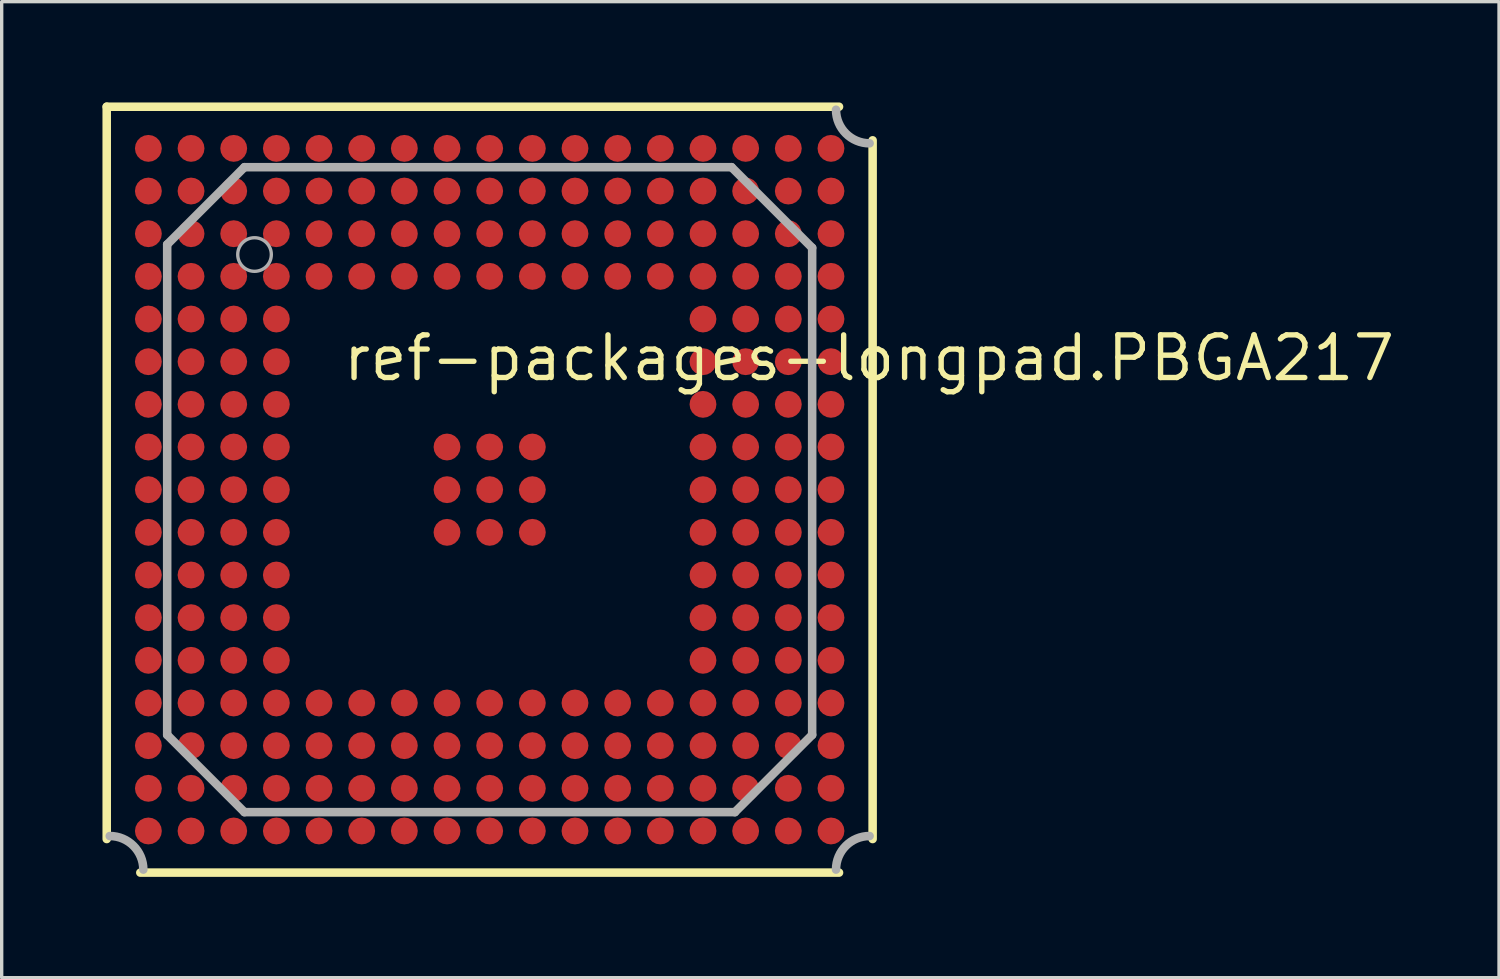
<source format=kicad_pcb>
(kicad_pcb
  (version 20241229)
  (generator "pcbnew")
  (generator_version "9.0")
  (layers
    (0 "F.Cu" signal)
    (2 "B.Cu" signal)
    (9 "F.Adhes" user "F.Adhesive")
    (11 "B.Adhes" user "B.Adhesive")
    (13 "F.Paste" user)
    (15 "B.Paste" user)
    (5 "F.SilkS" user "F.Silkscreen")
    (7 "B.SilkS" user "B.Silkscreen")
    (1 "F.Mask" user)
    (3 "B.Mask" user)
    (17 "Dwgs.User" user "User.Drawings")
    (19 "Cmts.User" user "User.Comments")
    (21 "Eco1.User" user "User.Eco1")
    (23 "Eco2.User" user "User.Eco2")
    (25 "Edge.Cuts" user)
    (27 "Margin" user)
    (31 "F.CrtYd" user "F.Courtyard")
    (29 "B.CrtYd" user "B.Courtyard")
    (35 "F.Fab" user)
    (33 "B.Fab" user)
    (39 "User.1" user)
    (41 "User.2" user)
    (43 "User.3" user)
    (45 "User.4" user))
  (footprint "ref-packages-longpad.PBGA217"
    (layer "F.Cu")
    (at 11.527 11.527)
    (property "Reference" "ref-packages-longpad.PBGA217" (at -4.445 -3.175 0) (layer "F.SilkS") (effects (font (size 1.27 1.27) (thickness 0.16)) (justify left bottom)))
    (attr smd)
    (fp_line (start -11.4 -11.4) (end 10.4 -11.4) (stroke (width 0.254) (type default)) (layer "F.SilkS"))
    (fp_line (start -11.4 10.4) (end -11.4 -11.4) (stroke (width 0.254) (type default)) (layer "F.SilkS"))
    (fp_line (start 10.4 11.4) (end -10.4 11.4) (stroke (width 0.254) (type default)) (layer "F.SilkS"))
    (fp_line (start 11.4 -10.4) (end 11.4 10.4) (stroke (width 0.254) (type default)) (layer "F.SilkS"))
    (fp_line (start -9.6 -7.3) (end -7.3 -9.6) (stroke (width 0.254) (type default)) (layer "F.Fab"))
    (fp_line (start -9.6 7.3) (end -9.6 -7.3) (stroke (width 0.254) (type default)) (layer "F.Fab"))
    (fp_line (start -7.3 -9.6) (end 7.2 -9.6) (stroke (width 0.254) (type default)) (layer "F.Fab"))
    (fp_line (start -7.3 9.6) (end -9.6 7.3) (stroke (width 0.254) (type default)) (layer "F.Fab"))
    (fp_line (start 7.2 -9.6) (end 9.6 -7.2) (stroke (width 0.254) (type default)) (layer "F.Fab"))
    (fp_line (start 7.3 9.6) (end -7.3 9.6) (stroke (width 0.254) (type default)) (layer "F.Fab"))
    (fp_line (start 9.6 -7.2) (end 9.6 7.3) (stroke (width 0.254) (type default)) (layer "F.Fab"))
    (fp_line (start 9.6 7.3) (end 7.3 9.6) (stroke (width 0.254) (type default)) (layer "F.Fab"))
    (fp_arc (start -11.3102 10.3102) (mid -10.603123 10.603123) (end -10.3102 11.3102) (stroke (width 0.254) (type default)) (layer "F.Fab"))
    (fp_arc (start 10.3102 11.3102) (mid 10.603123 10.603123) (end 11.3102 10.3102) (stroke (width 0.254) (type default)) (layer "F.Fab"))
    (fp_arc (start 11.3102 -10.3102) (mid 10.603123 -10.603123) (end 10.3102 -11.3102) (stroke (width 0.254) (type default)) (layer "F.Fab"))
    (fp_circle (center -7 -7) (end -6.5 -7) (stroke (width 0.1) (type default)) (fill no) (layer "F.Fab"))
    (pad "A1" smd roundrect (at -10.16 -10.16) (size 0.8 0.8) (layers "F.Cu" "F.Mask" "F.Paste") (roundrect_rratio 0.5))
    (pad "A2" smd roundrect (at -8.89 -10.16) (size 0.8 0.8) (layers "F.Cu" "F.Mask" "F.Paste") (roundrect_rratio 0.5))
    (pad "A3" smd roundrect (at -7.62 -10.16) (size 0.8 0.8) (layers "F.Cu" "F.Mask" "F.Paste") (roundrect_rratio 0.5))
    (pad "A4" smd roundrect (at -6.35 -10.16) (size 0.8 0.8) (layers "F.Cu" "F.Mask" "F.Paste") (roundrect_rratio 0.5))
    (pad "A5" smd roundrect (at -5.08 -10.16) (size 0.8 0.8) (layers "F.Cu" "F.Mask" "F.Paste") (roundrect_rratio 0.5))
    (pad "A6" smd roundrect (at -3.81 -10.16) (size 0.8 0.8) (layers "F.Cu" "F.Mask" "F.Paste") (roundrect_rratio 0.5))
    (pad "A7" smd roundrect (at -2.54 -10.16) (size 0.8 0.8) (layers "F.Cu" "F.Mask" "F.Paste") (roundrect_rratio 0.5))
    (pad "A8" smd roundrect (at -1.27 -10.16) (size 0.8 0.8) (layers "F.Cu" "F.Mask" "F.Paste") (roundrect_rratio 0.5))
    (pad "A9" smd roundrect (at 0 -10.16) (size 0.8 0.8) (layers "F.Cu" "F.Mask" "F.Paste") (roundrect_rratio 0.5))
    (pad "A10" smd roundrect (at 1.27 -10.16) (size 0.8 0.8) (layers "F.Cu" "F.Mask" "F.Paste") (roundrect_rratio 0.5))
    (pad "A11" smd roundrect (at 2.54 -10.16) (size 0.8 0.8) (layers "F.Cu" "F.Mask" "F.Paste") (roundrect_rratio 0.5))
    (pad "A12" smd roundrect (at 3.81 -10.16) (size 0.8 0.8) (layers "F.Cu" "F.Mask" "F.Paste") (roundrect_rratio 0.5))
    (pad "A13" smd roundrect (at 5.08 -10.16) (size 0.8 0.8) (layers "F.Cu" "F.Mask" "F.Paste") (roundrect_rratio 0.5))
    (pad "A14" smd roundrect (at 6.35 -10.16) (size 0.8 0.8) (layers "F.Cu" "F.Mask" "F.Paste") (roundrect_rratio 0.5))
    (pad "A15" smd roundrect (at 7.62 -10.16) (size 0.8 0.8) (layers "F.Cu" "F.Mask" "F.Paste") (roundrect_rratio 0.5))
    (pad "A16" smd roundrect (at 8.89 -10.16) (size 0.8 0.8) (layers "F.Cu" "F.Mask" "F.Paste") (roundrect_rratio 0.5))
    (pad "A17" smd roundrect (at 10.16 -10.16) (size 0.8 0.8) (layers "F.Cu" "F.Mask" "F.Paste") (roundrect_rratio 0.5))
    (pad "B1" smd roundrect (at -10.16 -8.89) (size 0.8 0.8) (layers "F.Cu" "F.Mask" "F.Paste") (roundrect_rratio 0.5))
    (pad "B2" smd roundrect (at -8.89 -8.89) (size 0.8 0.8) (layers "F.Cu" "F.Mask" "F.Paste") (roundrect_rratio 0.5))
    (pad "B3" smd roundrect (at -7.62 -8.89) (size 0.8 0.8) (layers "F.Cu" "F.Mask" "F.Paste") (roundrect_rratio 0.5))
    (pad "B4" smd roundrect (at -6.35 -8.89) (size 0.8 0.8) (layers "F.Cu" "F.Mask" "F.Paste") (roundrect_rratio 0.5))
    (pad "B5" smd roundrect (at -5.08 -8.89) (size 0.8 0.8) (layers "F.Cu" "F.Mask" "F.Paste") (roundrect_rratio 0.5))
    (pad "B6" smd roundrect (at -3.81 -8.89) (size 0.8 0.8) (layers "F.Cu" "F.Mask" "F.Paste") (roundrect_rratio 0.5))
    (pad "B7" smd roundrect (at -2.54 -8.89) (size 0.8 0.8) (layers "F.Cu" "F.Mask" "F.Paste") (roundrect_rratio 0.5))
    (pad "B8" smd roundrect (at -1.27 -8.89) (size 0.8 0.8) (layers "F.Cu" "F.Mask" "F.Paste") (roundrect_rratio 0.5))
    (pad "B9" smd roundrect (at 0 -8.89) (size 0.8 0.8) (layers "F.Cu" "F.Mask" "F.Paste") (roundrect_rratio 0.5))
    (pad "B10" smd roundrect (at 1.27 -8.89) (size 0.8 0.8) (layers "F.Cu" "F.Mask" "F.Paste") (roundrect_rratio 0.5))
    (pad "B11" smd roundrect (at 2.54 -8.89) (size 0.8 0.8) (layers "F.Cu" "F.Mask" "F.Paste") (roundrect_rratio 0.5))
    (pad "B12" smd roundrect (at 3.81 -8.89) (size 0.8 0.8) (layers "F.Cu" "F.Mask" "F.Paste") (roundrect_rratio 0.5))
    (pad "B13" smd roundrect (at 5.08 -8.89) (size 0.8 0.8) (layers "F.Cu" "F.Mask" "F.Paste") (roundrect_rratio 0.5))
    (pad "B14" smd roundrect (at 6.35 -8.89) (size 0.8 0.8) (layers "F.Cu" "F.Mask" "F.Paste") (roundrect_rratio 0.5))
    (pad "B15" smd roundrect (at 7.62 -8.89) (size 0.8 0.8) (layers "F.Cu" "F.Mask" "F.Paste") (roundrect_rratio 0.5))
    (pad "B16" smd roundrect (at 8.89 -8.89) (size 0.8 0.8) (layers "F.Cu" "F.Mask" "F.Paste") (roundrect_rratio 0.5))
    (pad "B17" smd roundrect (at 10.16 -8.89) (size 0.8 0.8) (layers "F.Cu" "F.Mask" "F.Paste") (roundrect_rratio 0.5))
    (pad "C1" smd roundrect (at -10.16 -7.62) (size 0.8 0.8) (layers "F.Cu" "F.Mask" "F.Paste") (roundrect_rratio 0.5))
    (pad "C2" smd roundrect (at -8.89 -7.62) (size 0.8 0.8) (layers "F.Cu" "F.Mask" "F.Paste") (roundrect_rratio 0.5))
    (pad "C3" smd roundrect (at -7.62 -7.62) (size 0.8 0.8) (layers "F.Cu" "F.Mask" "F.Paste") (roundrect_rratio 0.5))
    (pad "C4" smd roundrect (at -6.35 -7.62) (size 0.8 0.8) (layers "F.Cu" "F.Mask" "F.Paste") (roundrect_rratio 0.5))
    (pad "C5" smd roundrect (at -5.08 -7.62) (size 0.8 0.8) (layers "F.Cu" "F.Mask" "F.Paste") (roundrect_rratio 0.5))
    (pad "C6" smd roundrect (at -3.81 -7.62) (size 0.8 0.8) (layers "F.Cu" "F.Mask" "F.Paste") (roundrect_rratio 0.5))
    (pad "C7" smd roundrect (at -2.54 -7.62) (size 0.8 0.8) (layers "F.Cu" "F.Mask" "F.Paste") (roundrect_rratio 0.5))
    (pad "C8" smd roundrect (at -1.27 -7.62) (size 0.8 0.8) (layers "F.Cu" "F.Mask" "F.Paste") (roundrect_rratio 0.5))
    (pad "C9" smd roundrect (at 0 -7.62) (size 0.8 0.8) (layers "F.Cu" "F.Mask" "F.Paste") (roundrect_rratio 0.5))
    (pad "C10" smd roundrect (at 1.27 -7.62) (size 0.8 0.8) (layers "F.Cu" "F.Mask" "F.Paste") (roundrect_rratio 0.5))
    (pad "C11" smd roundrect (at 2.54 -7.62) (size 0.8 0.8) (layers "F.Cu" "F.Mask" "F.Paste") (roundrect_rratio 0.5))
    (pad "C12" smd roundrect (at 3.81 -7.62) (size 0.8 0.8) (layers "F.Cu" "F.Mask" "F.Paste") (roundrect_rratio 0.5))
    (pad "C13" smd roundrect (at 5.08 -7.62) (size 0.8 0.8) (layers "F.Cu" "F.Mask" "F.Paste") (roundrect_rratio 0.5))
    (pad "C14" smd roundrect (at 6.35 -7.62) (size 0.8 0.8) (layers "F.Cu" "F.Mask" "F.Paste") (roundrect_rratio 0.5))
    (pad "C15" smd roundrect (at 7.62 -7.62) (size 0.8 0.8) (layers "F.Cu" "F.Mask" "F.Paste") (roundrect_rratio 0.5))
    (pad "C16" smd roundrect (at 8.89 -7.62) (size 0.8 0.8) (layers "F.Cu" "F.Mask" "F.Paste") (roundrect_rratio 0.5))
    (pad "C17" smd roundrect (at 10.16 -7.62) (size 0.8 0.8) (layers "F.Cu" "F.Mask" "F.Paste") (roundrect_rratio 0.5))
    (pad "D1" smd roundrect (at -10.16 -6.35) (size 0.8 0.8) (layers "F.Cu" "F.Mask" "F.Paste") (roundrect_rratio 0.5))
    (pad "D2" smd roundrect (at -8.89 -6.35) (size 0.8 0.8) (layers "F.Cu" "F.Mask" "F.Paste") (roundrect_rratio 0.5))
    (pad "D3" smd roundrect (at -7.62 -6.35) (size 0.8 0.8) (layers "F.Cu" "F.Mask" "F.Paste") (roundrect_rratio 0.5))
    (pad "D4" smd roundrect (at -6.35 -6.35) (size 0.8 0.8) (layers "F.Cu" "F.Mask" "F.Paste") (roundrect_rratio 0.5))
    (pad "D5" smd roundrect (at -5.08 -6.35) (size 0.8 0.8) (layers "F.Cu" "F.Mask" "F.Paste") (roundrect_rratio 0.5))
    (pad "D6" smd roundrect (at -3.81 -6.35) (size 0.8 0.8) (layers "F.Cu" "F.Mask" "F.Paste") (roundrect_rratio 0.5))
    (pad "D7" smd roundrect (at -2.54 -6.35) (size 0.8 0.8) (layers "F.Cu" "F.Mask" "F.Paste") (roundrect_rratio 0.5))
    (pad "D8" smd roundrect (at -1.27 -6.35) (size 0.8 0.8) (layers "F.Cu" "F.Mask" "F.Paste") (roundrect_rratio 0.5))
    (pad "D9" smd roundrect (at 0 -6.35) (size 0.8 0.8) (layers "F.Cu" "F.Mask" "F.Paste") (roundrect_rratio 0.5))
    (pad "D10" smd roundrect (at 1.27 -6.35) (size 0.8 0.8) (layers "F.Cu" "F.Mask" "F.Paste") (roundrect_rratio 0.5))
    (pad "D11" smd roundrect (at 2.54 -6.35) (size 0.8 0.8) (layers "F.Cu" "F.Mask" "F.Paste") (roundrect_rratio 0.5))
    (pad "D12" smd roundrect (at 3.81 -6.35) (size 0.8 0.8) (layers "F.Cu" "F.Mask" "F.Paste") (roundrect_rratio 0.5))
    (pad "D13" smd roundrect (at 5.08 -6.35) (size 0.8 0.8) (layers "F.Cu" "F.Mask" "F.Paste") (roundrect_rratio 0.5))
    (pad "D14" smd roundrect (at 6.35 -6.35) (size 0.8 0.8) (layers "F.Cu" "F.Mask" "F.Paste") (roundrect_rratio 0.5))
    (pad "D15" smd roundrect (at 7.62 -6.35) (size 0.8 0.8) (layers "F.Cu" "F.Mask" "F.Paste") (roundrect_rratio 0.5))
    (pad "D16" smd roundrect (at 8.89 -6.35) (size 0.8 0.8) (layers "F.Cu" "F.Mask" "F.Paste") (roundrect_rratio 0.5))
    (pad "D17" smd roundrect (at 10.16 -6.35) (size 0.8 0.8) (layers "F.Cu" "F.Mask" "F.Paste") (roundrect_rratio 0.5))
    (pad "E1" smd roundrect (at -10.16 -5.08) (size 0.8 0.8) (layers "F.Cu" "F.Mask" "F.Paste") (roundrect_rratio 0.5))
    (pad "E2" smd roundrect (at -8.89 -5.08) (size 0.8 0.8) (layers "F.Cu" "F.Mask" "F.Paste") (roundrect_rratio 0.5))
    (pad "E3" smd roundrect (at -7.62 -5.08) (size 0.8 0.8) (layers "F.Cu" "F.Mask" "F.Paste") (roundrect_rratio 0.5))
    (pad "E4" smd roundrect (at -6.35 -5.08) (size 0.8 0.8) (layers "F.Cu" "F.Mask" "F.Paste") (roundrect_rratio 0.5))
    (pad "E14" smd roundrect (at 6.35 -5.08) (size 0.8 0.8) (layers "F.Cu" "F.Mask" "F.Paste") (roundrect_rratio 0.5))
    (pad "E15" smd roundrect (at 7.62 -5.08) (size 0.8 0.8) (layers "F.Cu" "F.Mask" "F.Paste") (roundrect_rratio 0.5))
    (pad "E16" smd roundrect (at 8.89 -5.08) (size 0.8 0.8) (layers "F.Cu" "F.Mask" "F.Paste") (roundrect_rratio 0.5))
    (pad "E17" smd roundrect (at 10.16 -5.08) (size 0.8 0.8) (layers "F.Cu" "F.Mask" "F.Paste") (roundrect_rratio 0.5))
    (pad "F1" smd roundrect (at -10.16 -3.81) (size 0.8 0.8) (layers "F.Cu" "F.Mask" "F.Paste") (roundrect_rratio 0.5))
    (pad "F2" smd roundrect (at -8.89 -3.81) (size 0.8 0.8) (layers "F.Cu" "F.Mask" "F.Paste") (roundrect_rratio 0.5))
    (pad "F3" smd roundrect (at -7.62 -3.81) (size 0.8 0.8) (layers "F.Cu" "F.Mask" "F.Paste") (roundrect_rratio 0.5))
    (pad "F4" smd roundrect (at -6.35 -3.81) (size 0.8 0.8) (layers "F.Cu" "F.Mask" "F.Paste") (roundrect_rratio 0.5))
    (pad "F14" smd roundrect (at 6.35 -3.81) (size 0.8 0.8) (layers "F.Cu" "F.Mask" "F.Paste") (roundrect_rratio 0.5))
    (pad "F15" smd roundrect (at 7.62 -3.81) (size 0.8 0.8) (layers "F.Cu" "F.Mask" "F.Paste") (roundrect_rratio 0.5))
    (pad "F16" smd roundrect (at 8.89 -3.81) (size 0.8 0.8) (layers "F.Cu" "F.Mask" "F.Paste") (roundrect_rratio 0.5))
    (pad "F17" smd roundrect (at 10.16 -3.81) (size 0.8 0.8) (layers "F.Cu" "F.Mask" "F.Paste") (roundrect_rratio 0.5))
    (pad "G1" smd roundrect (at -10.16 -2.54) (size 0.8 0.8) (layers "F.Cu" "F.Mask" "F.Paste") (roundrect_rratio 0.5))
    (pad "G2" smd roundrect (at -8.89 -2.54) (size 0.8 0.8) (layers "F.Cu" "F.Mask" "F.Paste") (roundrect_rratio 0.5))
    (pad "G3" smd roundrect (at -7.62 -2.54) (size 0.8 0.8) (layers "F.Cu" "F.Mask" "F.Paste") (roundrect_rratio 0.5))
    (pad "G4" smd roundrect (at -6.35 -2.54) (size 0.8 0.8) (layers "F.Cu" "F.Mask" "F.Paste") (roundrect_rratio 0.5))
    (pad "G14" smd roundrect (at 6.35 -2.54) (size 0.8 0.8) (layers "F.Cu" "F.Mask" "F.Paste") (roundrect_rratio 0.5))
    (pad "G15" smd roundrect (at 7.62 -2.54) (size 0.8 0.8) (layers "F.Cu" "F.Mask" "F.Paste") (roundrect_rratio 0.5))
    (pad "G16" smd roundrect (at 8.89 -2.54) (size 0.8 0.8) (layers "F.Cu" "F.Mask" "F.Paste") (roundrect_rratio 0.5))
    (pad "G17" smd roundrect (at 10.16 -2.54) (size 0.8 0.8) (layers "F.Cu" "F.Mask" "F.Paste") (roundrect_rratio 0.5))
    (pad "H1" smd roundrect (at -10.16 -1.27) (size 0.8 0.8) (layers "F.Cu" "F.Mask" "F.Paste") (roundrect_rratio 0.5))
    (pad "H2" smd roundrect (at -8.89 -1.27) (size 0.8 0.8) (layers "F.Cu" "F.Mask" "F.Paste") (roundrect_rratio 0.5))
    (pad "H3" smd roundrect (at -7.62 -1.27) (size 0.8 0.8) (layers "F.Cu" "F.Mask" "F.Paste") (roundrect_rratio 0.5))
    (pad "H4" smd roundrect (at -6.35 -1.27) (size 0.8 0.8) (layers "F.Cu" "F.Mask" "F.Paste") (roundrect_rratio 0.5))
    (pad "H8" smd roundrect (at -1.27 -1.27) (size 0.8 0.8) (layers "F.Cu" "F.Mask" "F.Paste") (roundrect_rratio 0.5))
    (pad "H9" smd roundrect (at 0 -1.27) (size 0.8 0.8) (layers "F.Cu" "F.Mask" "F.Paste") (roundrect_rratio 0.5))
    (pad "H10" smd roundrect (at 1.27 -1.27) (size 0.8 0.8) (layers "F.Cu" "F.Mask" "F.Paste") (roundrect_rratio 0.5))
    (pad "H14" smd roundrect (at 6.35 -1.27) (size 0.8 0.8) (layers "F.Cu" "F.Mask" "F.Paste") (roundrect_rratio 0.5))
    (pad "H15" smd roundrect (at 7.62 -1.27) (size 0.8 0.8) (layers "F.Cu" "F.Mask" "F.Paste") (roundrect_rratio 0.5))
    (pad "H16" smd roundrect (at 8.89 -1.27) (size 0.8 0.8) (layers "F.Cu" "F.Mask" "F.Paste") (roundrect_rratio 0.5))
    (pad "H17" smd roundrect (at 10.16 -1.27) (size 0.8 0.8) (layers "F.Cu" "F.Mask" "F.Paste") (roundrect_rratio 0.5))
    (pad "J1" smd roundrect (at -10.16 0) (size 0.8 0.8) (layers "F.Cu" "F.Mask" "F.Paste") (roundrect_rratio 0.5))
    (pad "J2" smd roundrect (at -8.89 0) (size 0.8 0.8) (layers "F.Cu" "F.Mask" "F.Paste") (roundrect_rratio 0.5))
    (pad "J3" smd roundrect (at -7.62 0) (size 0.8 0.8) (layers "F.Cu" "F.Mask" "F.Paste") (roundrect_rratio 0.5))
    (pad "J4" smd roundrect (at -6.35 0) (size 0.8 0.8) (layers "F.Cu" "F.Mask" "F.Paste") (roundrect_rratio 0.5))
    (pad "J8" smd roundrect (at -1.27 0) (size 0.8 0.8) (layers "F.Cu" "F.Mask" "F.Paste") (roundrect_rratio 0.5))
    (pad "J9" smd roundrect (at 0 0) (size 0.8 0.8) (layers "F.Cu" "F.Mask" "F.Paste") (roundrect_rratio 0.5))
    (pad "J10" smd roundrect (at 1.27 0) (size 0.8 0.8) (layers "F.Cu" "F.Mask" "F.Paste") (roundrect_rratio 0.5))
    (pad "J14" smd roundrect (at 6.35 0) (size 0.8 0.8) (layers "F.Cu" "F.Mask" "F.Paste") (roundrect_rratio 0.5))
    (pad "J15" smd roundrect (at 7.62 0) (size 0.8 0.8) (layers "F.Cu" "F.Mask" "F.Paste") (roundrect_rratio 0.5))
    (pad "J16" smd roundrect (at 8.89 0) (size 0.8 0.8) (layers "F.Cu" "F.Mask" "F.Paste") (roundrect_rratio 0.5))
    (pad "J17" smd roundrect (at 10.16 0) (size 0.8 0.8) (layers "F.Cu" "F.Mask" "F.Paste") (roundrect_rratio 0.5))
    (pad "K1" smd roundrect (at -10.16 1.27) (size 0.8 0.8) (layers "F.Cu" "F.Mask" "F.Paste") (roundrect_rratio 0.5))
    (pad "K2" smd roundrect (at -8.89 1.27) (size 0.8 0.8) (layers "F.Cu" "F.Mask" "F.Paste") (roundrect_rratio 0.5))
    (pad "K3" smd roundrect (at -7.62 1.27) (size 0.8 0.8) (layers "F.Cu" "F.Mask" "F.Paste") (roundrect_rratio 0.5))
    (pad "K4" smd roundrect (at -6.35 1.27) (size 0.8 0.8) (layers "F.Cu" "F.Mask" "F.Paste") (roundrect_rratio 0.5))
    (pad "K8" smd roundrect (at -1.27 1.27) (size 0.8 0.8) (layers "F.Cu" "F.Mask" "F.Paste") (roundrect_rratio 0.5))
    (pad "K9" smd roundrect (at 0 1.27) (size 0.8 0.8) (layers "F.Cu" "F.Mask" "F.Paste") (roundrect_rratio 0.5))
    (pad "K10" smd roundrect (at 1.27 1.27) (size 0.8 0.8) (layers "F.Cu" "F.Mask" "F.Paste") (roundrect_rratio 0.5))
    (pad "K14" smd roundrect (at 6.35 1.27) (size 0.8 0.8) (layers "F.Cu" "F.Mask" "F.Paste") (roundrect_rratio 0.5))
    (pad "K15" smd roundrect (at 7.62 1.27) (size 0.8 0.8) (layers "F.Cu" "F.Mask" "F.Paste") (roundrect_rratio 0.5))
    (pad "K16" smd roundrect (at 8.89 1.27) (size 0.8 0.8) (layers "F.Cu" "F.Mask" "F.Paste") (roundrect_rratio 0.5))
    (pad "K17" smd roundrect (at 10.16 1.27) (size 0.8 0.8) (layers "F.Cu" "F.Mask" "F.Paste") (roundrect_rratio 0.5))
    (pad "L1" smd roundrect (at -10.16 2.54) (size 0.8 0.8) (layers "F.Cu" "F.Mask" "F.Paste") (roundrect_rratio 0.5))
    (pad "L2" smd roundrect (at -8.89 2.54) (size 0.8 0.8) (layers "F.Cu" "F.Mask" "F.Paste") (roundrect_rratio 0.5))
    (pad "L3" smd roundrect (at -7.62 2.54) (size 0.8 0.8) (layers "F.Cu" "F.Mask" "F.Paste") (roundrect_rratio 0.5))
    (pad "L4" smd roundrect (at -6.35 2.54) (size 0.8 0.8) (layers "F.Cu" "F.Mask" "F.Paste") (roundrect_rratio 0.5))
    (pad "L14" smd roundrect (at 6.35 2.54) (size 0.8 0.8) (layers "F.Cu" "F.Mask" "F.Paste") (roundrect_rratio 0.5))
    (pad "L15" smd roundrect (at 7.62 2.54) (size 0.8 0.8) (layers "F.Cu" "F.Mask" "F.Paste") (roundrect_rratio 0.5))
    (pad "L16" smd roundrect (at 8.89 2.54) (size 0.8 0.8) (layers "F.Cu" "F.Mask" "F.Paste") (roundrect_rratio 0.5))
    (pad "L17" smd roundrect (at 10.16 2.54) (size 0.8 0.8) (layers "F.Cu" "F.Mask" "F.Paste") (roundrect_rratio 0.5))
    (pad "M1" smd roundrect (at -10.16 3.81) (size 0.8 0.8) (layers "F.Cu" "F.Mask" "F.Paste") (roundrect_rratio 0.5))
    (pad "M2" smd roundrect (at -8.89 3.81) (size 0.8 0.8) (layers "F.Cu" "F.Mask" "F.Paste") (roundrect_rratio 0.5))
    (pad "M3" smd roundrect (at -7.62 3.81) (size 0.8 0.8) (layers "F.Cu" "F.Mask" "F.Paste") (roundrect_rratio 0.5))
    (pad "M4" smd roundrect (at -6.35 3.81) (size 0.8 0.8) (layers "F.Cu" "F.Mask" "F.Paste") (roundrect_rratio 0.5))
    (pad "M14" smd roundrect (at 6.35 3.81) (size 0.8 0.8) (layers "F.Cu" "F.Mask" "F.Paste") (roundrect_rratio 0.5))
    (pad "M15" smd roundrect (at 7.62 3.81) (size 0.8 0.8) (layers "F.Cu" "F.Mask" "F.Paste") (roundrect_rratio 0.5))
    (pad "M16" smd roundrect (at 8.89 3.81) (size 0.8 0.8) (layers "F.Cu" "F.Mask" "F.Paste") (roundrect_rratio 0.5))
    (pad "M17" smd roundrect (at 10.16 3.81) (size 0.8 0.8) (layers "F.Cu" "F.Mask" "F.Paste") (roundrect_rratio 0.5))
    (pad "N1" smd roundrect (at -10.16 5.08) (size 0.8 0.8) (layers "F.Cu" "F.Mask" "F.Paste") (roundrect_rratio 0.5))
    (pad "N2" smd roundrect (at -8.89 5.08) (size 0.8 0.8) (layers "F.Cu" "F.Mask" "F.Paste") (roundrect_rratio 0.5))
    (pad "N3" smd roundrect (at -7.62 5.08) (size 0.8 0.8) (layers "F.Cu" "F.Mask" "F.Paste") (roundrect_rratio 0.5))
    (pad "N4" smd roundrect (at -6.35 5.08) (size 0.8 0.8) (layers "F.Cu" "F.Mask" "F.Paste") (roundrect_rratio 0.5))
    (pad "N14" smd roundrect (at 6.35 5.08) (size 0.8 0.8) (layers "F.Cu" "F.Mask" "F.Paste") (roundrect_rratio 0.5))
    (pad "N15" smd roundrect (at 7.62 5.08) (size 0.8 0.8) (layers "F.Cu" "F.Mask" "F.Paste") (roundrect_rratio 0.5))
    (pad "N16" smd roundrect (at 8.89 5.08) (size 0.8 0.8) (layers "F.Cu" "F.Mask" "F.Paste") (roundrect_rratio 0.5))
    (pad "N17" smd roundrect (at 10.16 5.08) (size 0.8 0.8) (layers "F.Cu" "F.Mask" "F.Paste") (roundrect_rratio 0.5))
    (pad "P1" smd roundrect (at -10.16 6.35) (size 0.8 0.8) (layers "F.Cu" "F.Mask" "F.Paste") (roundrect_rratio 0.5))
    (pad "P2" smd roundrect (at -8.89 6.35) (size 0.8 0.8) (layers "F.Cu" "F.Mask" "F.Paste") (roundrect_rratio 0.5))
    (pad "P3" smd roundrect (at -7.62 6.35) (size 0.8 0.8) (layers "F.Cu" "F.Mask" "F.Paste") (roundrect_rratio 0.5))
    (pad "P4" smd roundrect (at -6.35 6.35) (size 0.8 0.8) (layers "F.Cu" "F.Mask" "F.Paste") (roundrect_rratio 0.5))
    (pad "P5" smd roundrect (at -5.08 6.35) (size 0.8 0.8) (layers "F.Cu" "F.Mask" "F.Paste") (roundrect_rratio 0.5))
    (pad "P6" smd roundrect (at -3.81 6.35) (size 0.8 0.8) (layers "F.Cu" "F.Mask" "F.Paste") (roundrect_rratio 0.5))
    (pad "P7" smd roundrect (at -2.54 6.35) (size 0.8 0.8) (layers "F.Cu" "F.Mask" "F.Paste") (roundrect_rratio 0.5))
    (pad "P8" smd roundrect (at -1.27 6.35) (size 0.8 0.8) (layers "F.Cu" "F.Mask" "F.Paste") (roundrect_rratio 0.5))
    (pad "P9" smd roundrect (at 0 6.35) (size 0.8 0.8) (layers "F.Cu" "F.Mask" "F.Paste") (roundrect_rratio 0.5))
    (pad "P10" smd roundrect (at 1.27 6.35) (size 0.8 0.8) (layers "F.Cu" "F.Mask" "F.Paste") (roundrect_rratio 0.5))
    (pad "P11" smd roundrect (at 2.54 6.35) (size 0.8 0.8) (layers "F.Cu" "F.Mask" "F.Paste") (roundrect_rratio 0.5))
    (pad "P12" smd roundrect (at 3.81 6.35) (size 0.8 0.8) (layers "F.Cu" "F.Mask" "F.Paste") (roundrect_rratio 0.5))
    (pad "P13" smd roundrect (at 5.08 6.35) (size 0.8 0.8) (layers "F.Cu" "F.Mask" "F.Paste") (roundrect_rratio 0.5))
    (pad "P14" smd roundrect (at 6.35 6.35) (size 0.8 0.8) (layers "F.Cu" "F.Mask" "F.Paste") (roundrect_rratio 0.5))
    (pad "P15" smd roundrect (at 7.62 6.35) (size 0.8 0.8) (layers "F.Cu" "F.Mask" "F.Paste") (roundrect_rratio 0.5))
    (pad "P16" smd roundrect (at 8.89 6.35) (size 0.8 0.8) (layers "F.Cu" "F.Mask" "F.Paste") (roundrect_rratio 0.5))
    (pad "P17" smd roundrect (at 10.16 6.35) (size 0.8 0.8) (layers "F.Cu" "F.Mask" "F.Paste") (roundrect_rratio 0.5))
    (pad "R1" smd roundrect (at -10.16 7.62) (size 0.8 0.8) (layers "F.Cu" "F.Mask" "F.Paste") (roundrect_rratio 0.5))
    (pad "R2" smd roundrect (at -8.89 7.62) (size 0.8 0.8) (layers "F.Cu" "F.Mask" "F.Paste") (roundrect_rratio 0.5))
    (pad "R3" smd roundrect (at -7.62 7.62) (size 0.8 0.8) (layers "F.Cu" "F.Mask" "F.Paste") (roundrect_rratio 0.5))
    (pad "R4" smd roundrect (at -6.35 7.62) (size 0.8 0.8) (layers "F.Cu" "F.Mask" "F.Paste") (roundrect_rratio 0.5))
    (pad "R5" smd roundrect (at -5.08 7.62) (size 0.8 0.8) (layers "F.Cu" "F.Mask" "F.Paste") (roundrect_rratio 0.5))
    (pad "R6" smd roundrect (at -3.81 7.62) (size 0.8 0.8) (layers "F.Cu" "F.Mask" "F.Paste") (roundrect_rratio 0.5))
    (pad "R7" smd roundrect (at -2.54 7.62) (size 0.8 0.8) (layers "F.Cu" "F.Mask" "F.Paste") (roundrect_rratio 0.5))
    (pad "R8" smd roundrect (at -1.27 7.62) (size 0.8 0.8) (layers "F.Cu" "F.Mask" "F.Paste") (roundrect_rratio 0.5))
    (pad "R9" smd roundrect (at 0 7.62) (size 0.8 0.8) (layers "F.Cu" "F.Mask" "F.Paste") (roundrect_rratio 0.5))
    (pad "R10" smd roundrect (at 1.27 7.62) (size 0.8 0.8) (layers "F.Cu" "F.Mask" "F.Paste") (roundrect_rratio 0.5))
    (pad "R11" smd roundrect (at 2.54 7.62) (size 0.8 0.8) (layers "F.Cu" "F.Mask" "F.Paste") (roundrect_rratio 0.5))
    (pad "R12" smd roundrect (at 3.81 7.62) (size 0.8 0.8) (layers "F.Cu" "F.Mask" "F.Paste") (roundrect_rratio 0.5))
    (pad "R13" smd roundrect (at 5.08 7.62) (size 0.8 0.8) (layers "F.Cu" "F.Mask" "F.Paste") (roundrect_rratio 0.5))
    (pad "R14" smd roundrect (at 6.35 7.62) (size 0.8 0.8) (layers "F.Cu" "F.Mask" "F.Paste") (roundrect_rratio 0.5))
    (pad "R15" smd roundrect (at 7.62 7.62) (size 0.8 0.8) (layers "F.Cu" "F.Mask" "F.Paste") (roundrect_rratio 0.5))
    (pad "R16" smd roundrect (at 8.89 7.62) (size 0.8 0.8) (layers "F.Cu" "F.Mask" "F.Paste") (roundrect_rratio 0.5))
    (pad "R17" smd roundrect (at 10.16 7.62) (size 0.8 0.8) (layers "F.Cu" "F.Mask" "F.Paste") (roundrect_rratio 0.5))
    (pad "T1" smd roundrect (at -10.16 8.89) (size 0.8 0.8) (layers "F.Cu" "F.Mask" "F.Paste") (roundrect_rratio 0.5))
    (pad "T2" smd roundrect (at -8.89 8.89) (size 0.8 0.8) (layers "F.Cu" "F.Mask" "F.Paste") (roundrect_rratio 0.5))
    (pad "T3" smd roundrect (at -7.62 8.89) (size 0.8 0.8) (layers "F.Cu" "F.Mask" "F.Paste") (roundrect_rratio 0.5))
    (pad "T4" smd roundrect (at -6.35 8.89) (size 0.8 0.8) (layers "F.Cu" "F.Mask" "F.Paste") (roundrect_rratio 0.5))
    (pad "T5" smd roundrect (at -5.08 8.89) (size 0.8 0.8) (layers "F.Cu" "F.Mask" "F.Paste") (roundrect_rratio 0.5))
    (pad "T6" smd roundrect (at -3.81 8.89) (size 0.8 0.8) (layers "F.Cu" "F.Mask" "F.Paste") (roundrect_rratio 0.5))
    (pad "T7" smd roundrect (at -2.54 8.89) (size 0.8 0.8) (layers "F.Cu" "F.Mask" "F.Paste") (roundrect_rratio 0.5))
    (pad "T8" smd roundrect (at -1.27 8.89) (size 0.8 0.8) (layers "F.Cu" "F.Mask" "F.Paste") (roundrect_rratio 0.5))
    (pad "T9" smd roundrect (at 0 8.89) (size 0.8 0.8) (layers "F.Cu" "F.Mask" "F.Paste") (roundrect_rratio 0.5))
    (pad "T10" smd roundrect (at 1.27 8.89) (size 0.8 0.8) (layers "F.Cu" "F.Mask" "F.Paste") (roundrect_rratio 0.5))
    (pad "T11" smd roundrect (at 2.54 8.89) (size 0.8 0.8) (layers "F.Cu" "F.Mask" "F.Paste") (roundrect_rratio 0.5))
    (pad "T12" smd roundrect (at 3.81 8.89) (size 0.8 0.8) (layers "F.Cu" "F.Mask" "F.Paste") (roundrect_rratio 0.5))
    (pad "T13" smd roundrect (at 5.08 8.89) (size 0.8 0.8) (layers "F.Cu" "F.Mask" "F.Paste") (roundrect_rratio 0.5))
    (pad "T14" smd roundrect (at 6.35 8.89) (size 0.8 0.8) (layers "F.Cu" "F.Mask" "F.Paste") (roundrect_rratio 0.5))
    (pad "T15" smd roundrect (at 7.62 8.89) (size 0.8 0.8) (layers "F.Cu" "F.Mask" "F.Paste") (roundrect_rratio 0.5))
    (pad "T16" smd roundrect (at 8.89 8.89) (size 0.8 0.8) (layers "F.Cu" "F.Mask" "F.Paste") (roundrect_rratio 0.5))
    (pad "T17" smd roundrect (at 10.16 8.89) (size 0.8 0.8) (layers "F.Cu" "F.Mask" "F.Paste") (roundrect_rratio 0.5))
    (pad "U1" smd roundrect (at -10.16 10.16) (size 0.8 0.8) (layers "F.Cu" "F.Mask" "F.Paste") (roundrect_rratio 0.5))
    (pad "U2" smd roundrect (at -8.89 10.16) (size 0.8 0.8) (layers "F.Cu" "F.Mask" "F.Paste") (roundrect_rratio 0.5))
    (pad "U3" smd roundrect (at -7.62 10.16) (size 0.8 0.8) (layers "F.Cu" "F.Mask" "F.Paste") (roundrect_rratio 0.5))
    (pad "U4" smd roundrect (at -6.35 10.16) (size 0.8 0.8) (layers "F.Cu" "F.Mask" "F.Paste") (roundrect_rratio 0.5))
    (pad "U5" smd roundrect (at -5.08 10.16) (size 0.8 0.8) (layers "F.Cu" "F.Mask" "F.Paste") (roundrect_rratio 0.5))
    (pad "U6" smd roundrect (at -3.81 10.16) (size 0.8 0.8) (layers "F.Cu" "F.Mask" "F.Paste") (roundrect_rratio 0.5))
    (pad "U7" smd roundrect (at -2.54 10.16) (size 0.8 0.8) (layers "F.Cu" "F.Mask" "F.Paste") (roundrect_rratio 0.5))
    (pad "U8" smd roundrect (at -1.27 10.16) (size 0.8 0.8) (layers "F.Cu" "F.Mask" "F.Paste") (roundrect_rratio 0.5))
    (pad "U9" smd roundrect (at 0 10.16) (size 0.8 0.8) (layers "F.Cu" "F.Mask" "F.Paste") (roundrect_rratio 0.5))
    (pad "U10" smd roundrect (at 1.27 10.16) (size 0.8 0.8) (layers "F.Cu" "F.Mask" "F.Paste") (roundrect_rratio 0.5))
    (pad "U11" smd roundrect (at 2.54 10.16) (size 0.8 0.8) (layers "F.Cu" "F.Mask" "F.Paste") (roundrect_rratio 0.5))
    (pad "U12" smd roundrect (at 3.81 10.16) (size 0.8 0.8) (layers "F.Cu" "F.Mask" "F.Paste") (roundrect_rratio 0.5))
    (pad "U13" smd roundrect (at 5.08 10.16) (size 0.8 0.8) (layers "F.Cu" "F.Mask" "F.Paste") (roundrect_rratio 0.5))
    (pad "U14" smd roundrect (at 6.35 10.16) (size 0.8 0.8) (layers "F.Cu" "F.Mask" "F.Paste") (roundrect_rratio 0.5))
    (pad "U15" smd roundrect (at 7.62 10.16) (size 0.8 0.8) (layers "F.Cu" "F.Mask" "F.Paste") (roundrect_rratio 0.5))
    (pad "U16" smd roundrect (at 8.89 10.16) (size 0.8 0.8) (layers "F.Cu" "F.Mask" "F.Paste") (roundrect_rratio 0.5))
    (pad "U17" smd roundrect (at 10.16 10.16) (size 0.8 0.8) (layers "F.Cu" "F.Mask" "F.Paste") (roundrect_rratio 0.5)))
  (gr_rect
    (start -3 -3)
    (end 41.574 26.054)
    (stroke (width 0.1) (type default))
    (fill no)
    (layer "Edge.Cuts")))
</source>
